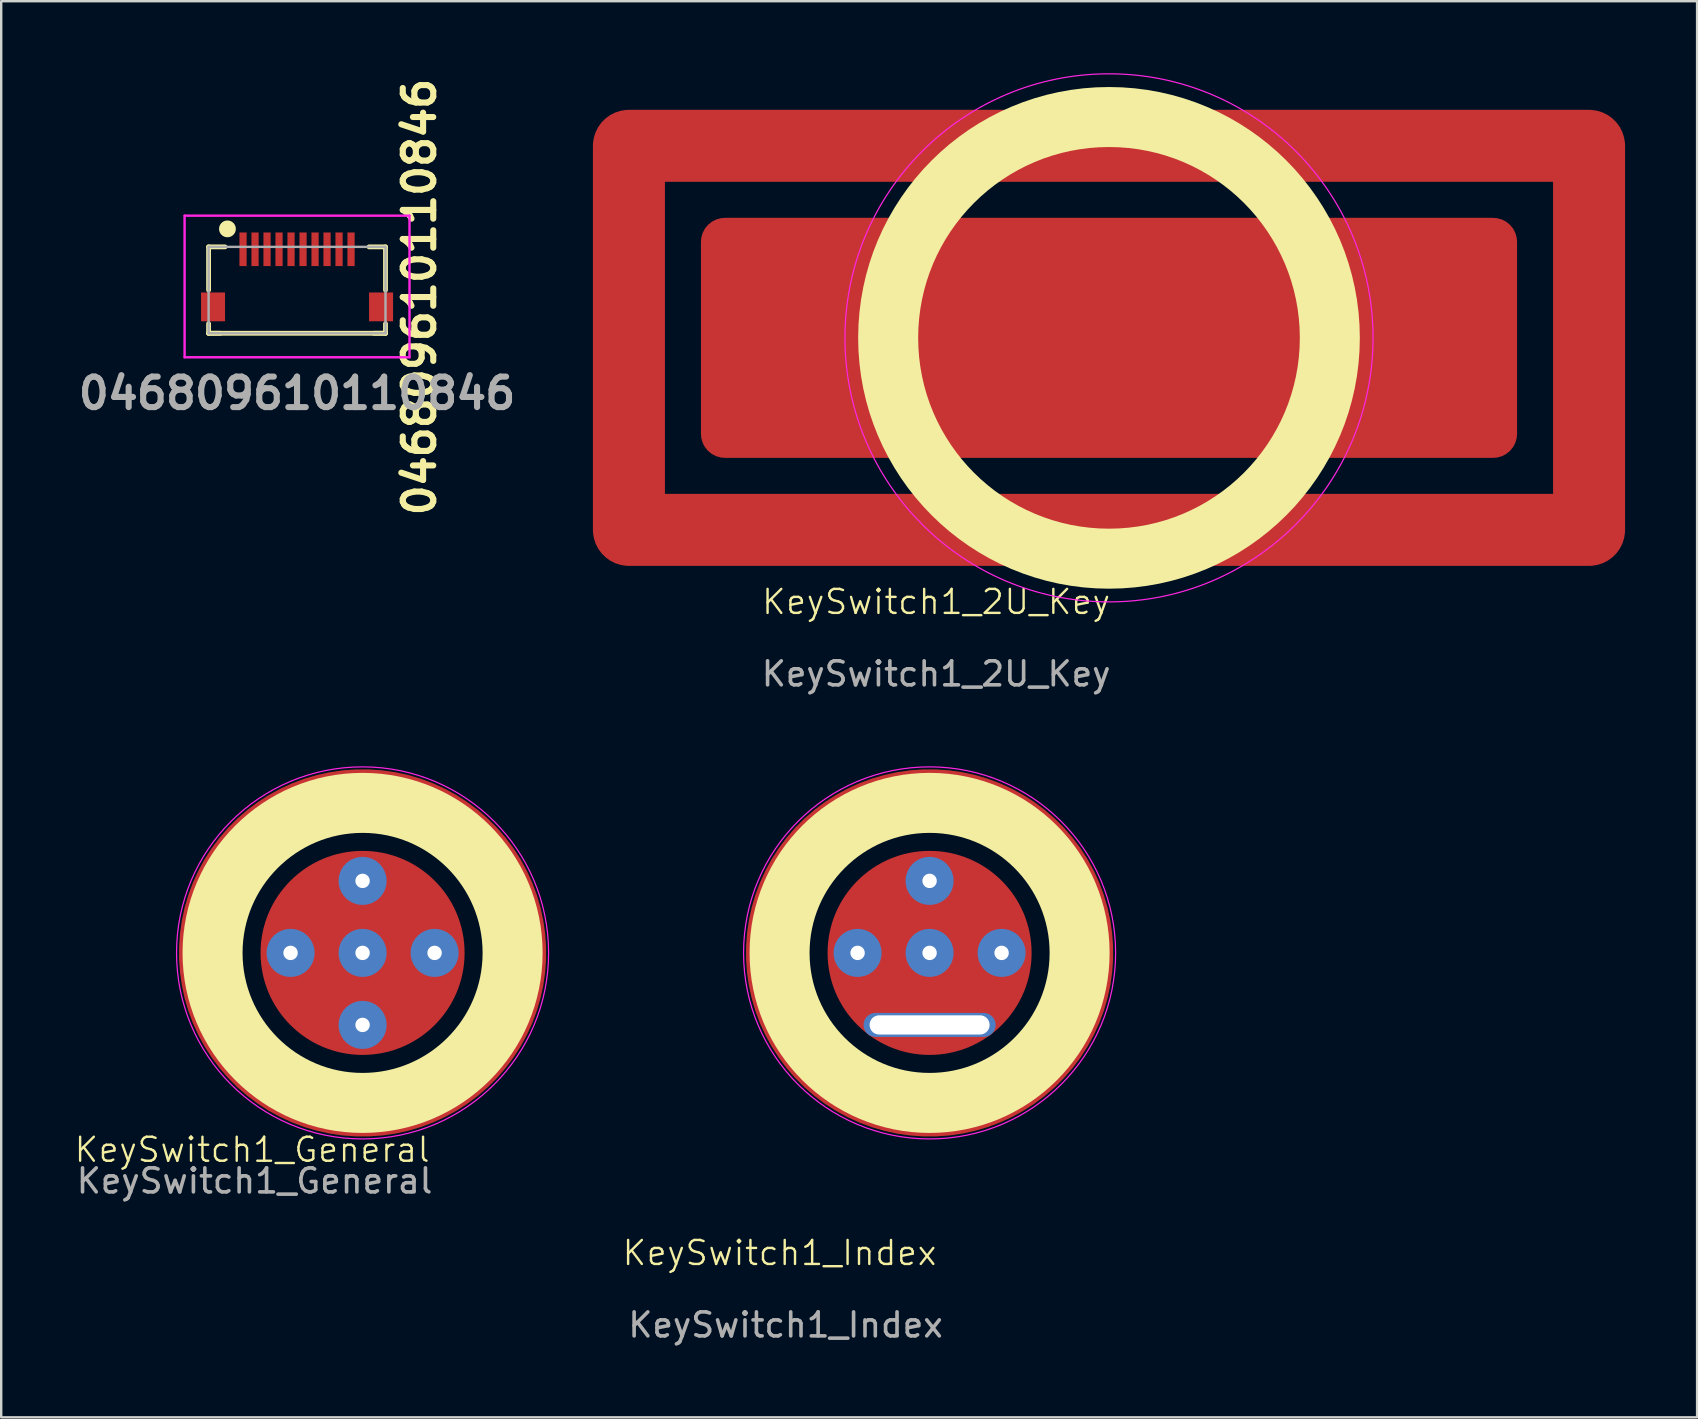
<source format=kicad_pcb>
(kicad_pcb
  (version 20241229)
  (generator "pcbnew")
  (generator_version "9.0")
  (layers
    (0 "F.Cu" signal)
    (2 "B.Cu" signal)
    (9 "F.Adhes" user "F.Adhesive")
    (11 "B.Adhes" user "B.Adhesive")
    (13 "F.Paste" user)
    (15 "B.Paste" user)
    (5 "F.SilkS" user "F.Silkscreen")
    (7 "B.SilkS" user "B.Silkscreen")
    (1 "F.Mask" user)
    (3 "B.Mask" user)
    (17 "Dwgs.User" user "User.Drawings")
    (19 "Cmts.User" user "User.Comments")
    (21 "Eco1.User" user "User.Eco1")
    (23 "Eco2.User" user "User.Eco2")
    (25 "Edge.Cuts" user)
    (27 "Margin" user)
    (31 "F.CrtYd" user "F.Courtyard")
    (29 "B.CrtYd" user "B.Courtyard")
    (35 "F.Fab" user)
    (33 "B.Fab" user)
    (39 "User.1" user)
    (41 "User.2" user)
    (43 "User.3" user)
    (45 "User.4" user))
  (footprint "KeySwitch1_Index"
    (layer "F.Cu")
    (at 35.677 36.648)
    (property "Reference" "KeySwitch1_Index" (at -6.25 12.5 0) (unlocked yes) (layer "F.SilkS") (effects (font (size 1 1) (thickness 0.1))))
    (attr smd)
    (fp_circle (center 0 0) (end 6.25 0) (stroke (width 2.5) (type default)) (fill no) (layer "F.SilkS"))
    (fp_circle (center 0 0) (end 7.75 0) (stroke (width 0.05) (type default)) (fill no) (layer "F.CrtYd"))
    (fp_text user "${REFERENCE}" (at -6 15.5 0) (unlocked yes) (layer "F.Fab") (effects (font (size 1 1) (thickness 0.15))))
    (pad "1" thru_hole circle (at -3 0) (size 2 2) (drill 0.6) (layers "*.Cu" "*.Mask"))
    (pad "1" thru_hole circle (at 0 -3) (size 2 2) (drill 0.6) (layers "*.Cu" "*.Mask"))
    (pad "1" thru_hole circle (at 0 0) (size 2 2) (drill 0.6) (layers "*.Cu" "*.Mask"))
    (pad "1" smd circle (at 0 0) (size 8.5 8.5) (layers "F.Cu" "F.Mask" "F.Paste"))
    (pad "1" thru_hole oval (at 0 3) (size 5.5 1) (drill oval 5 0.8) (layers "*.Cu" "*.Mask"))
    (pad "1" thru_hole circle (at 3 0) (size 2 2) (drill 0.6) (layers "*.Cu" "*.Mask"))
    (pad "2" smd custom (at 0 6.4) (size 2 2) (layers "F.Cu" "F.Mask" "F.Paste") (options (anchor circle)) (primitives (gr_circle (center 0 -6.4) (end 6.4 -6.4) (width 2.5) (fill no)))))
  (footprint "046809610110846"
    (layer "F.Cu")
    (at 9.325 9.035)
    (property "Reference" "046809610110846" (at 5.1 0.29 90) (layer "F.SilkS") (effects (font (size 1.27 1.27) (thickness 0.254))))
    (attr smd)
    (fp_line (start -3.685 -1.8) (end -3.685 0) (stroke (width 0.2) (type solid)) (layer "F.SilkS"))
    (fp_line (start -3.685 1.4) (end -3.685 1.8) (stroke (width 0.2) (type solid)) (layer "F.SilkS"))
    (fp_line (start -3.685 1.8) (end -3.2 1.8) (stroke (width 0.2) (type solid)) (layer "F.SilkS"))
    (fp_line (start -3.685 1.8) (end 3.685 1.8) (stroke (width 0.2) (type solid)) (layer "F.SilkS"))
    (fp_line (start -3 -1.8) (end -3.685 -1.8) (stroke (width 0.2) (type solid)) (layer "F.SilkS"))
    (fp_line (start 3 -1.8) (end 3.685 -1.8) (stroke (width 0.2) (type solid)) (layer "F.SilkS"))
    (fp_line (start 3.685 -1.8) (end 3.685 0) (stroke (width 0.2) (type solid)) (layer "F.SilkS"))
    (fp_line (start 3.685 1.4) (end 3.685 1.8) (stroke (width 0.2) (type solid)) (layer "F.SilkS"))
    (fp_line (start 3.685 1.8) (end 3.2 1.8) (stroke (width 0.2) (type solid)) (layer "F.SilkS"))
    (fp_circle (center -2.9 -2.55) (end -2.6 -2.55) (stroke (width 0.1) (type solid)) (fill yes) (layer "F.SilkS"))
    (fp_line (start -4.685 -3.1) (end 4.685 -3.1) (stroke (width 0.1) (type solid)) (layer "F.CrtYd"))
    (fp_line (start -4.685 2.8) (end -4.685 -3.1) (stroke (width 0.1) (type solid)) (layer "F.CrtYd"))
    (fp_line (start 4.685 -3.1) (end 4.685 2.8) (stroke (width 0.1) (type solid)) (layer "F.CrtYd"))
    (fp_line (start 4.685 2.8) (end -4.685 2.8) (stroke (width 0.1) (type solid)) (layer "F.CrtYd"))
    (fp_line (start -3.685 -1.8) (end 3.685 -1.8) (stroke (width 0.1) (type solid)) (layer "F.Fab"))
    (fp_line (start -3.685 1.8) (end -3.685 -1.8) (stroke (width 0.1) (type solid)) (layer "F.Fab"))
    (fp_line (start 3.685 -1.8) (end 3.685 1.8) (stroke (width 0.1) (type solid)) (layer "F.Fab"))
    (fp_line (start 3.685 1.8) (end -3.685 1.8) (stroke (width 0.1) (type solid)) (layer "F.Fab"))
    (fp_text user "${REFERENCE}" (at 0 4.3 0) (layer "F.Fab") (effects (font (size 1.27 1.27) (thickness 0.254))))
    (pad "1" smd rect (at -2.25 -1.7) (size 0.3 1.4) (layers "F.Cu" "F.Mask" "F.Paste"))
    (pad "2" smd rect (at -1.75 -1.7) (size 0.3 1.4) (layers "F.Cu" "F.Mask" "F.Paste"))
    (pad "3" smd rect (at -1.25 -1.7) (size 0.3 1.4) (layers "F.Cu" "F.Mask" "F.Paste"))
    (pad "4" smd rect (at -0.75 -1.7) (size 0.3 1.4) (layers "F.Cu" "F.Mask" "F.Paste"))
    (pad "5" smd rect (at -0.25 -1.7) (size 0.3 1.4) (layers "F.Cu" "F.Mask" "F.Paste"))
    (pad "6" smd rect (at 0.25 -1.7) (size 0.3 1.4) (layers "F.Cu" "F.Mask" "F.Paste"))
    (pad "7" smd rect (at 0.75 -1.7) (size 0.3 1.4) (layers "F.Cu" "F.Mask" "F.Paste"))
    (pad "8" smd rect (at 1.25 -1.7) (size 0.3 1.4) (layers "F.Cu" "F.Mask" "F.Paste"))
    (pad "9" smd rect (at 1.75 -1.7) (size 0.3 1.4) (layers "F.Cu" "F.Mask" "F.Paste"))
    (pad "10" smd rect (at 2.25 -1.7) (size 0.3 1.4) (layers "F.Cu" "F.Mask" "F.Paste"))
    (pad "MP" smd rect (at -3.5 0.7) (size 1 1.2) (layers "F.Cu" "F.Mask" "F.Paste"))
    (pad "MP" smd rect (at 3.5 0.7) (size 1 1.2) (layers "F.Cu" "F.Mask" "F.Paste")))
  (footprint "KeySwitch1_2U_Key"
    (layer "F.Cu")
    (at 43.151 11.025)
    (property "Reference" "KeySwitch1_2U_Key" (at -7.2 11 0) (unlocked yes) (layer "F.SilkS") (effects (font (size 1 1) (thickness 0.1))))
    (attr smd)
    (fp_circle (center 0 0) (end 9.2 0) (stroke (width 2.5) (type default)) (fill no) (layer "F.SilkS"))
    (fp_circle (center 0 0) (end 11 0) (stroke (width 0.05) (type default)) (fill no) (layer "F.CrtYd"))
    (fp_text user "${REFERENCE}" (at -7.2 14 0) (unlocked yes) (layer "F.Fab") (effects (font (size 1 1) (thickness 0.15))))
    (pad "1" smd roundrect (at 0 0) (size 34 10) (layers "F.Cu" "F.Mask" "F.Paste") (roundrect_rratio 0.1))
    (pad "2" smd custom (at 0 8) (size 2 2) (layers "F.Cu" "F.Mask" "F.Paste") (options (anchor circle)) (primitives (gr_rect (start -20 -16) (end 20 0) (width 3) (fill no)))))
  (footprint "KeySwitch1_General"
    (layer "F.Cu")
    (at 12.055 36.648)
    (property "Reference" "KeySwitch1_General" (at -4.6 8.2 0) (unlocked yes) (layer "F.SilkS") (effects (font (size 1 1) (thickness 0.1))))
    (attr smd)
    (fp_circle (center 0 0) (end 6.25 0) (stroke (width 2.5) (type default)) (fill no) (layer "F.SilkS"))
    (fp_circle (center 0 0) (end 7.75 0) (stroke (width 0.05) (type default)) (fill no) (layer "F.CrtYd"))
    (fp_text user "${REFERENCE}" (at -4.5 9.5 0) (unlocked yes) (layer "F.Fab") (effects (font (size 1 1) (thickness 0.15))))
    (pad "1" thru_hole circle (at -3 0) (size 2 2) (drill 0.6) (layers "*.Cu" "*.Mask"))
    (pad "1" thru_hole circle (at 0 -3) (size 2 2) (drill 0.6) (layers "*.Cu" "*.Mask"))
    (pad "1" thru_hole circle (at 0 0) (size 2 2) (drill 0.6) (layers "*.Cu" "*.Mask"))
    (pad "1" smd circle (at 0 0) (size 8.5 8.5) (layers "F.Cu" "F.Mask" "F.Paste"))
    (pad "1" thru_hole circle (at 0 3) (size 2 2) (drill 0.6) (layers "*.Cu" "*.Mask"))
    (pad "1" thru_hole circle (at 3 0) (size 2 2) (drill 0.6) (layers "*.Cu" "*.Mask"))
    (pad "2" smd custom (at 0 6.4) (size 2 2) (layers "F.Cu" "F.Mask" "F.Paste") (options (anchor circle)) (primitives (gr_circle (center 0 -6.4) (end 6.4 -6.4) (width 2.5) (fill no)))))
  (gr_rect
    (start -3 -3)
    (end 67.651 55.996)
    (stroke (width 0.1) (type default))
    (fill no)
    (layer "Edge.Cuts")))
</source>
